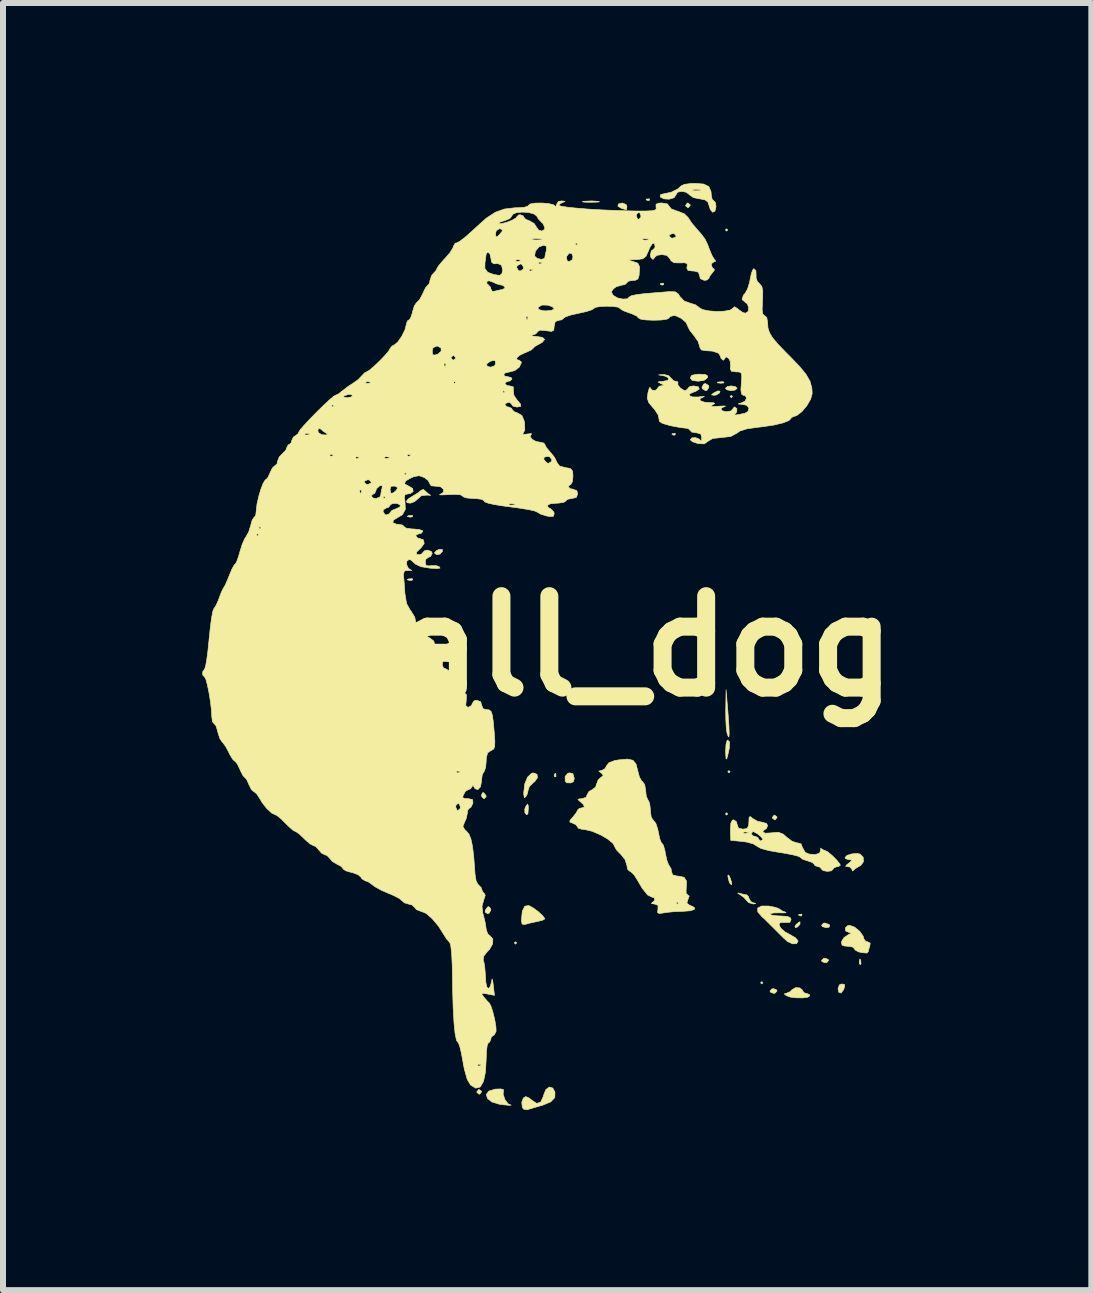
<source format=kicad_pcb>
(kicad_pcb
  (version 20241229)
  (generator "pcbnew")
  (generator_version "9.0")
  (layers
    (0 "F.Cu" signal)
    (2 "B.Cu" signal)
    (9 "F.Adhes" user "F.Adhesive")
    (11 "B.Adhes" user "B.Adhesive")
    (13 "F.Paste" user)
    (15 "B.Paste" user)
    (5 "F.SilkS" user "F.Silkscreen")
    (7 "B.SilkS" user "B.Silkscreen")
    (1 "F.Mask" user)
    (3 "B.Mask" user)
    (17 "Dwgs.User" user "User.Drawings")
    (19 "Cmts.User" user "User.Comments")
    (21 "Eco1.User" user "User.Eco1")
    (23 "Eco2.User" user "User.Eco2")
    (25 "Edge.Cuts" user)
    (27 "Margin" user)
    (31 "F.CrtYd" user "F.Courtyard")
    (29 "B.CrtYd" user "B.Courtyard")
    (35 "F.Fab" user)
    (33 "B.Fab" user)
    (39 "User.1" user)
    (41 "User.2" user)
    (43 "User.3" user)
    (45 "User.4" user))
  (footprint "small_dog"
    (layer "F.Cu")
    (at 6.067 7.718)
    (property "Reference" "small_dog" (at 0 0 0) (layer "F.SilkS") (effects (font (size 1.524 1.524) (thickness 0.3))))
    (attr through_hole)
    (fp_poly (pts (xy -0.508 4.943) (xy -0.528 4.963) (xy -0.547 4.943) (xy -0.528 4.924) (xy -0.508 4.943)) (stroke (width 0.01) (type solid)) (fill yes) (layer "F.SilkS"))
    (fp_poly (pts (xy 3.009 -6.936) (xy 2.989 -6.917) (xy 2.97 -6.936) (xy 2.989 -6.956) (xy 3.009 -6.936)) (stroke (width 0.01) (type solid)) (fill yes) (layer "F.SilkS"))
    (fp_poly (pts (xy 3.009 2.794) (xy 2.989 2.814) (xy 2.97 2.794) (xy 2.989 2.774) (xy 3.009 2.794)) (stroke (width 0.01) (type solid)) (fill yes) (layer "F.SilkS"))
    (fp_poly (pts (xy 3.048 2.091) (xy 3.028 2.11) (xy 3.009 2.091) (xy 3.028 2.071) (xy 3.048 2.091)) (stroke (width 0.01) (type solid)) (fill yes) (layer "F.SilkS"))
    (fp_poly (pts (xy 3.087 -4.162) (xy 3.068 -4.142) (xy 3.048 -4.162) (xy 3.068 -4.181) (xy 3.087 -4.162)) (stroke (width 0.01) (type solid)) (fill yes) (layer "F.SilkS"))
    (fp_poly (pts (xy 3.595 5.608) (xy 3.576 5.627) (xy 3.556 5.608) (xy 3.576 5.588) (xy 3.595 5.608)) (stroke (width 0.01) (type solid)) (fill yes) (layer "F.SilkS"))
    (fp_poly (pts (xy -2.238 -2.173) (xy -2.25 -2.155) (xy -2.289 -2.152) (xy -2.331 -2.162) (xy -2.313 -2.176) (xy -2.252 -2.181) (xy -2.238 -2.173)) (stroke (width 0.01) (type solid)) (fill yes) (layer "F.SilkS"))
    (fp_poly (pts (xy -2.238 -1.118) (xy -2.25 -1.1) (xy -2.289 -1.097) (xy -2.331 -1.107) (xy -2.313 -1.121) (xy -2.252 -1.126) (xy -2.238 -1.118)) (stroke (width 0.01) (type solid)) (fill yes) (layer "F.SilkS"))
    (fp_poly (pts (xy 0.143 2.123) (xy 0.148 2.17) (xy 0.143 2.175) (xy 0.12 2.17) (xy 0.117 2.149) (xy 0.132 2.117) (xy 0.143 2.123)) (stroke (width 0.01) (type solid)) (fill yes) (layer "F.SilkS"))
    (fp_poly (pts (xy 1.706 -7.451) (xy 1.701 -7.427) (xy 1.68 -7.425) (xy 1.648 -7.439) (xy 1.654 -7.451) (xy 1.701 -7.455) (xy 1.706 -7.451)) (stroke (width 0.01) (type solid)) (fill yes) (layer "F.SilkS"))
    (fp_poly (pts (xy 1.941 -6.044) (xy 1.935 -6.021) (xy 1.915 -6.018) (xy 1.883 -6.032) (xy 1.889 -6.044) (xy 1.935 -6.049) (xy 1.941 -6.044)) (stroke (width 0.01) (type solid)) (fill yes) (layer "F.SilkS"))
    (fp_poly (pts (xy 2.136 -3.543) (xy 2.131 -3.52) (xy 2.11 -3.517) (xy 2.078 -3.531) (xy 2.084 -3.543) (xy 2.13 -3.548) (xy 2.136 -3.543)) (stroke (width 0.01) (type solid)) (fill yes) (layer "F.SilkS"))
    (fp_poly (pts (xy 2.941 -4.402) (xy 2.945 -4.388) (xy 2.892 -4.383) (xy 2.836 -4.389) (xy 2.843 -4.402) (xy 2.923 -4.408) (xy 2.941 -4.402)) (stroke (width 0.01) (type solid)) (fill yes) (layer "F.SilkS"))
    (fp_poly (pts (xy 4.246 4.468) (xy 4.241 4.491) (xy 4.22 4.494) (xy 4.188 4.48) (xy 4.194 4.468) (xy 4.241 4.463) (xy 4.246 4.468)) (stroke (width 0.01) (type solid)) (fill yes) (layer "F.SilkS"))
    (fp_poly (pts (xy 5.224 5.229) (xy 5.229 5.29) (xy 5.221 5.304) (xy 5.203 5.292) (xy 5.2 5.253) (xy 5.21 5.211) (xy 5.224 5.229)) (stroke (width 0.01) (type solid)) (fill yes) (layer "F.SilkS"))
    (fp_poly (pts (xy 4.212 4.632) (xy 4.173 4.676) (xy 4.138 4.689) (xy 4.128 4.667) (xy 4.15 4.635) (xy 4.198 4.595) (xy 4.214 4.593) (xy 4.212 4.632)) (stroke (width 0.01) (type solid)) (fill yes) (layer "F.SilkS"))
    (fp_poly (pts (xy -1.746 -1.578) (xy -1.787 -1.536) (xy -1.842 -1.525) (xy -1.875 -1.551) (xy -1.876 -1.559) (xy -1.843 -1.595) (xy -1.8 -1.613) (xy -1.746 -1.613) (xy -1.746 -1.578)) (stroke (width 0.01) (type solid)) (fill yes) (layer "F.SilkS"))
    (fp_poly (pts (xy -1.095 7.415) (xy -1.094 7.425) (xy -1.124 7.463) (xy -1.133 7.464) (xy -1.171 7.434) (xy -1.172 7.425) (xy -1.143 7.387) (xy -1.133 7.386) (xy -1.095 7.415)) (stroke (width 0.01) (type solid)) (fill yes) (layer "F.SilkS"))
    (fp_poly (pts (xy -1.055 2.442) (xy -1.017 2.492) (xy -1.016 2.503) (xy -1.046 2.539) (xy -1.055 2.54) (xy -1.089 2.508) (xy -1.094 2.479) (xy -1.075 2.439) (xy -1.055 2.442)) (stroke (width 0.01) (type solid)) (fill yes) (layer "F.SilkS"))
    (fp_poly (pts (xy -0.942 4.369) (xy -0.938 4.396) (xy -0.968 4.448) (xy -0.995 4.455) (xy -1.035 4.429) (xy -1.03 4.396) (xy -0.992 4.344) (xy -0.973 4.338) (xy -0.942 4.369)) (stroke (width 0.01) (type solid)) (fill yes) (layer "F.SilkS"))
    (fp_poly (pts (xy -0.315 2.657) (xy -0.314 2.706) (xy -0.321 2.794) (xy -0.345 2.807) (xy -0.371 2.775) (xy -0.373 2.713) (xy -0.355 2.667) (xy -0.327 2.629) (xy -0.315 2.657)) (stroke (width 0.01) (type solid)) (fill yes) (layer "F.SilkS"))
    (fp_poly (pts (xy 2.383 -7.356) (xy 2.384 -7.346) (xy 2.354 -7.309) (xy 2.345 -7.307) (xy 2.307 -7.337) (xy 2.306 -7.346) (xy 2.335 -7.384) (xy 2.345 -7.386) (xy 2.383 -7.356)) (stroke (width 0.01) (type solid)) (fill yes) (layer "F.SilkS"))
    (fp_poly (pts (xy 2.689 -4.345) (xy 2.696 -4.318) (xy 2.665 -4.266) (xy 2.638 -4.259) (xy 2.586 -4.291) (xy 2.579 -4.318) (xy 2.61 -4.37) (xy 2.638 -4.377) (xy 2.689 -4.345)) (stroke (width 0.01) (type solid)) (fill yes) (layer "F.SilkS"))
    (fp_poly (pts (xy 2.88 -4.249) (xy 2.872 -4.22) (xy 2.816 -4.186) (xy 2.782 -4.182) (xy 2.738 -4.188) (xy 2.767 -4.215) (xy 2.774 -4.22) (xy 2.846 -4.255) (xy 2.88 -4.249)) (stroke (width 0.01) (type solid)) (fill yes) (layer "F.SilkS"))
    (fp_poly (pts (xy 3.051 3.865) (xy 3.074 3.94) (xy 3.073 3.974) (xy 3.049 3.957) (xy 3.033 3.926) (xy 3.013 3.844) (xy 3.011 3.817) (xy 3.025 3.813) (xy 3.051 3.865)) (stroke (width 0.01) (type solid)) (fill yes) (layer "F.SilkS"))
    (fp_poly (pts (xy 3.141 -4.324) (xy 3.165 -4.298) (xy 3.132 -4.269) (xy 3.068 -4.259) (xy 2.994 -4.273) (xy 2.97 -4.298) (xy 3.003 -4.328) (xy 3.068 -4.338) (xy 3.141 -4.324)) (stroke (width 0.01) (type solid)) (fill yes) (layer "F.SilkS"))
    (fp_poly (pts (xy 3.823 5.726) (xy 3.83 5.744) (xy 3.798 5.779) (xy 3.771 5.783) (xy 3.719 5.762) (xy 3.712 5.744) (xy 3.744 5.71) (xy 3.771 5.705) (xy 3.823 5.726)) (stroke (width 0.01) (type solid)) (fill yes) (layer "F.SilkS"))
    (fp_poly (pts (xy 3.828 2.843) (xy 3.83 2.853) (xy 3.8 2.891) (xy 3.79 2.892) (xy 3.753 2.862) (xy 3.751 2.853) (xy 3.781 2.815) (xy 3.79 2.814) (xy 3.828 2.843)) (stroke (width 0.01) (type solid)) (fill yes) (layer "F.SilkS"))
    (fp_poly (pts (xy 4.683 5.218) (xy 4.689 5.236) (xy 4.658 5.271) (xy 4.631 5.275) (xy 4.579 5.254) (xy 4.572 5.236) (xy 4.604 5.202) (xy 4.631 5.197) (xy 4.683 5.218)) (stroke (width 0.01) (type solid)) (fill yes) (layer "F.SilkS"))
    (fp_poly (pts (xy 4.695 4.635) (xy 4.709 4.65) (xy 4.697 4.681) (xy 4.652 4.689) (xy 4.588 4.673) (xy 4.572 4.65) (xy 4.603 4.615) (xy 4.628 4.611) (xy 4.695 4.635)) (stroke (width 0.01) (type solid)) (fill yes) (layer "F.SilkS"))
    (fp_poly (pts (xy 4.954 5.634) (xy 4.956 5.673) (xy 4.939 5.722) (xy 4.897 5.778) (xy 4.858 5.765) (xy 4.846 5.705) (xy 4.87 5.642) (xy 4.904 5.627) (xy 4.954 5.634)) (stroke (width 0.01) (type solid)) (fill yes) (layer "F.SilkS"))
    (fp_poly (pts (xy 0.851 -7.413) (xy 0.872 -7.405) (xy 0.826 -7.4) (xy 0.723 -7.398) (xy 0.623 -7.4) (xy 0.584 -7.406) (xy 0.615 -7.414) (xy 0.616 -7.414) (xy 0.744 -7.42) (xy 0.851 -7.413)) (stroke (width 0.01) (type solid)) (fill yes) (layer "F.SilkS"))
    (fp_poly (pts (xy 1.314 -7.361) (xy 1.329 -7.327) (xy 1.323 -7.277) (xy 1.319 -7.273) (xy 1.278 -7.285) (xy 1.241 -7.295) (xy 1.179 -7.331) (xy 1.186 -7.369) (xy 1.25 -7.386) (xy 1.314 -7.361)) (stroke (width 0.01) (type solid)) (fill yes) (layer "F.SilkS"))
    (fp_poly (pts (xy 3.039 1.595) (xy 3.036 1.692) (xy 3.009 1.817) (xy 2.991 1.878) (xy 2.981 1.878) (xy 2.976 1.809) (xy 2.974 1.749) (xy 2.979 1.641) (xy 2.996 1.574) (xy 3.009 1.563) (xy 3.039 1.595)) (stroke (width 0.01) (type solid)) (fill yes) (layer "F.SilkS"))
    (fp_poly (pts (xy 0.424 2.12) (xy 0.43 2.126) (xy 0.442 2.173) (xy 0.452 2.2) (xy 0.439 2.255) (xy 0.396 2.277) (xy 0.326 2.275) (xy 0.301 2.252) (xy 0.299 2.17) (xy 0.345 2.116) (xy 0.374 2.11) (xy 0.424 2.12)) (stroke (width 0.01) (type solid)) (fill yes) (layer "F.SilkS"))
    (fp_poly (pts (xy 2.638 -4.527) (xy 2.675 -4.503) (xy 2.671 -4.474) (xy 2.615 -4.43) (xy 2.516 -4.416) (xy 2.417 -4.429) (xy 2.384 -4.472) (xy 2.384 -4.474) (xy 2.41 -4.515) (xy 2.496 -4.532) (xy 2.539 -4.533) (xy 2.638 -4.527)) (stroke (width 0.01) (type solid)) (fill yes) (layer "F.SilkS"))
    (fp_poly (pts (xy 3.013 1.112) (xy 3.028 1.321) (xy 3.033 1.454) (xy 3.028 1.512) (xy 3.013 1.496) (xy 2.995 1.438) (xy 2.984 1.357) (xy 2.977 1.224) (xy 2.975 1.065) (xy 2.976 1.036) (xy 2.981 0.723) (xy 3.013 1.112)) (stroke (width 0.01) (type solid)) (fill yes) (layer "F.SilkS"))
    (fp_poly (pts (xy -0.169 2.134) (xy -0.162 2.191) (xy -0.208 2.256) (xy -0.234 2.276) (xy -0.296 2.337) (xy -0.313 2.383) (xy -0.334 2.467) (xy -0.352 2.501) (xy -0.378 2.524) (xy -0.389 2.48) (xy -0.39 2.434) (xy -0.373 2.292) (xy -0.326 2.18) (xy -0.26 2.117) (xy -0.228 2.11) (xy -0.169 2.134)) (stroke (width 0.01) (type solid)) (fill yes) (layer "F.SilkS"))
    (fp_poly (pts (xy -0.237 4.357) (xy -0.152 4.419) (xy -0.078 4.487) (xy -0.04 4.537) (xy -0.039 4.543) (xy -0.073 4.563) (xy -0.157 4.585) (xy -0.179 4.589) (xy -0.288 4.613) (xy -0.369 4.635) (xy -0.374 4.637) (xy -0.418 4.629) (xy -0.429 4.566) (xy -0.414 4.414) (xy -0.373 4.331) (xy -0.307 4.32) (xy -0.237 4.357)) (stroke (width 0.01) (type solid)) (fill yes) (layer "F.SilkS"))
    (fp_poly (pts (xy 3.217 4.12) (xy 3.296 4.139) (xy 3.325 4.142) (xy 3.357 4.174) (xy 3.361 4.198) (xy 3.393 4.254) (xy 3.429 4.272) (xy 3.475 4.286) (xy 3.447 4.293) (xy 3.431 4.294) (xy 3.356 4.271) (xy 3.333 4.246) (xy 3.276 4.184) (xy 3.224 4.146) (xy 3.175 4.113) (xy 3.193 4.112) (xy 3.217 4.12)) (stroke (width 0.01) (type solid)) (fill yes) (layer "F.SilkS"))
    (fp_poly (pts (xy -2.042 -2.595) (xy -1.981 -2.541) (xy -1.954 -2.526) (xy -1.942 -2.513) (xy -1.995 -2.519) (xy -2.097 -2.509) (xy -2.15 -2.461) (xy -2.21 -2.409) (xy -2.281 -2.384) (xy -2.334 -2.392) (xy -2.345 -2.416) (xy -2.314 -2.455) (xy -2.239 -2.503) (xy -2.237 -2.504) (xy -2.151 -2.556) (xy -2.1 -2.599) (xy -2.06 -2.613) (xy -2.042 -2.595)) (stroke (width 0.01) (type solid)) (fill yes) (layer "F.SilkS"))
    (fp_poly (pts (xy -0.728 7.387) (xy -0.727 7.393) (xy -0.734 7.464) (xy -0.704 7.553) (xy -0.654 7.621) (xy -0.631 7.633) (xy -0.6 7.646) (xy -0.632 7.649) (xy -0.716 7.641) (xy -0.797 7.631) (xy -0.922 7.593) (xy -0.995 7.534) (xy -1.014 7.468) (xy -0.973 7.412) (xy -0.869 7.38) (xy -0.863 7.379) (xy -0.771 7.376) (xy -0.728 7.387)) (stroke (width 0.01) (type solid)) (fill yes) (layer "F.SilkS"))
    (fp_poly (pts (xy 4.21 5.693) (xy 4.256 5.731) (xy 4.259 5.748) (xy 4.291 5.779) (xy 4.318 5.783) (xy 4.37 5.804) (xy 4.377 5.822) (xy 4.343 5.847) (xy 4.259 5.859) (xy 4.153 5.858) (xy 4.052 5.846) (xy 3.986 5.822) (xy 3.95 5.792) (xy 3.982 5.784) (xy 4.049 5.755) (xy 4.08 5.723) (xy 4.139 5.688) (xy 4.21 5.693)) (stroke (width 0.01) (type solid)) (fill yes) (layer "F.SilkS"))
    (fp_poly (pts (xy 0.094 7.362) (xy 0.13 7.43) (xy 0.127 7.52) (xy 0.06 7.591) (xy -0.077 7.648) (xy -0.114 7.658) (xy -0.229 7.691) (xy -0.317 7.718) (xy -0.334 7.724) (xy -0.393 7.712) (xy -0.414 7.683) (xy -0.423 7.599) (xy -0.397 7.528) (xy -0.356 7.503) (xy -0.3 7.528) (xy -0.26 7.561) (xy -0.175 7.617) (xy -0.108 7.597) (xy -0.065 7.503) (xy -0.061 7.483) (xy -0.022 7.387) (xy 0.036 7.344) (xy 0.094 7.362)) (stroke (width 0.01) (type solid)) (fill yes) (layer "F.SilkS"))
    (fp_poly (pts (xy 5.214 3.463) (xy 5.266 3.516) (xy 5.269 3.592) (xy 5.224 3.654) (xy 5.207 3.662) (xy 5.133 3.705) (xy 5.11 3.729) (xy 5.085 3.746) (xy 5.081 3.722) (xy 5.048 3.68) (xy 5.014 3.673) (xy 4.973 3.667) (xy 4.994 3.639) (xy 5.024 3.616) (xy 5.074 3.573) (xy 5.061 3.559) (xy 5.031 3.557) (xy 4.973 3.54) (xy 4.963 3.521) (xy 4.996 3.485) (xy 5.075 3.46) (xy 5.164 3.453) (xy 5.214 3.463)) (stroke (width 0.01) (type solid)) (fill yes) (layer "F.SilkS"))
    (fp_poly (pts (xy 5.122 4.68) (xy 5.207 4.749) (xy 5.266 4.832) (xy 5.275 4.872) (xy 5.307 4.917) (xy 5.338 4.924) (xy 5.382 4.947) (xy 5.377 4.986) (xy 5.356 5.06) (xy 5.354 5.083) (xy 5.328 5.112) (xy 5.244 5.105) (xy 5.187 5.092) (xy 5.13 5.06) (xy 5.119 5.038) (xy 5.086 5.01) (xy 5.028 5.002) (xy 4.947 4.993) (xy 4.913 4.978) (xy 4.903 4.923) (xy 4.945 4.855) (xy 5.017 4.806) (xy 5.069 4.78) (xy 5.049 4.771) (xy 5.031 4.77) (xy 4.974 4.744) (xy 4.967 4.694) (xy 5.008 4.655) (xy 5.039 4.65) (xy 5.122 4.68)) (stroke (width 0.01) (type solid)) (fill yes) (layer "F.SilkS"))
    (fp_poly (pts (xy 3.686 4.328) (xy 3.792 4.348) (xy 3.86 4.371) (xy 3.869 4.378) (xy 3.919 4.411) (xy 3.966 4.429) (xy 3.98 4.44) (xy 3.928 4.444) (xy 3.878 4.442) (xy 3.777 4.443) (xy 3.718 4.456) (xy 3.712 4.464) (xy 3.747 4.482) (xy 3.836 4.492) (xy 3.888 4.494) (xy 4.002 4.501) (xy 4.054 4.525) (xy 4.064 4.557) (xy 4.042 4.602) (xy 3.967 4.602) (xy 3.966 4.602) (xy 3.886 4.602) (xy 3.863 4.637) (xy 3.889 4.694) (xy 3.961 4.758) (xy 4.054 4.809) (xy 4.139 4.859) (xy 4.18 4.908) (xy 4.181 4.914) (xy 4.154 4.957) (xy 4.088 4.958) (xy 4.005 4.92) (xy 3.937 4.859) (xy 3.612 4.535) (xy 3.585 4.514) (xy 3.51 4.428) (xy 3.507 4.363) (xy 3.572 4.328) (xy 3.686 4.328)) (stroke (width 0.01) (type solid)) (fill yes) (layer "F.SilkS"))
    (fp_poly (pts (xy 2.609 -7.701) (xy 2.694 -7.659) (xy 2.73 -7.576) (xy 2.735 -7.513) (xy 2.75 -7.444) (xy 2.774 -7.425) (xy 2.804 -7.391) (xy 2.814 -7.327) (xy 2.796 -7.251) (xy 2.757 -7.231) (xy 2.719 -7.276) (xy 2.715 -7.288) (xy 2.687 -7.376) (xy 2.68 -7.399) (xy 2.634 -7.436) (xy 2.544 -7.455) (xy 2.537 -7.455) (xy 2.436 -7.476) (xy 2.375 -7.52) (xy 2.32 -7.564) (xy 2.243 -7.58) (xy 2.175 -7.566) (xy 2.149 -7.527) (xy 2.116 -7.474) (xy 2.031 -7.449) (xy 1.944 -7.455) (xy 1.883 -7.487) (xy 1.889 -7.525) (xy 1.956 -7.542) (xy 2.065 -7.564) (xy 2.13 -7.596) (xy 2.417 -7.596) (xy 2.469 -7.589) (xy 2.481 -7.589) (xy 2.548 -7.593) (xy 2.554 -7.605) (xy 2.551 -7.607) (xy 2.473 -7.614) (xy 2.433 -7.608) (xy 2.417 -7.596) (xy 2.13 -7.596) (xy 2.173 -7.617) (xy 2.234 -7.672) (xy 2.286 -7.696) (xy 2.388 -7.71) (xy 2.462 -7.713) (xy 2.609 -7.701)) (stroke (width 0.01) (type solid)) (fill yes) (layer "F.SilkS"))
    (fp_poly (pts (xy 3.422 2.869) (xy 3.509 2.918) (xy 3.578 2.931) (xy 3.655 2.952) (xy 3.673 2.989) (xy 3.652 3.041) (xy 3.634 3.048) (xy 3.597 3.078) (xy 3.595 3.091) (xy 3.63 3.115) (xy 3.733 3.11) (xy 3.744 3.108) (xy 3.855 3.1) (xy 3.934 3.131) (xy 3.995 3.185) (xy 4.081 3.25) (xy 4.159 3.276) (xy 4.169 3.275) (xy 4.231 3.293) (xy 4.252 3.351) (xy 4.3 3.434) (xy 4.36 3.462) (xy 4.468 3.472) (xy 4.54 3.446) (xy 4.558 3.391) (xy 4.556 3.363) (xy 4.562 3.37) (xy 4.611 3.399) (xy 4.624 3.4) (xy 4.675 3.426) (xy 4.75 3.488) (xy 4.825 3.563) (xy 4.876 3.628) (xy 4.885 3.65) (xy 4.853 3.671) (xy 4.826 3.673) (xy 4.774 3.694) (xy 4.767 3.712) (xy 4.734 3.742) (xy 4.67 3.751) (xy 4.596 3.738) (xy 4.572 3.712) (xy 4.54 3.678) (xy 4.513 3.673) (xy 4.461 3.654) (xy 4.455 3.637) (xy 4.421 3.605) (xy 4.34 3.576) (xy 4.338 3.576) (xy 4.256 3.548) (xy 4.22 3.519) (xy 4.22 3.518) (xy 4.184 3.499) (xy 4.088 3.474) (xy 3.95 3.448) (xy 3.879 3.437) (xy 3.694 3.405) (xy 3.562 3.369) (xy 3.496 3.332) (xy 3.495 3.331) (xy 3.432 3.292) (xy 3.32 3.262) (xy 3.255 3.253) (xy 3.058 3.234) (xy 3.056 3.126) (xy 3.4 3.126) (xy 3.431 3.161) (xy 3.458 3.165) (xy 3.51 3.186) (xy 3.517 3.204) (xy 3.547 3.242) (xy 3.556 3.243) (xy 3.594 3.224) (xy 3.595 3.218) (xy 3.567 3.177) (xy 3.504 3.125) (xy 3.442 3.091) (xy 3.429 3.088) (xy 3.401 3.117) (xy 3.4 3.126) (xy 3.056 3.126) (xy 3.055 3.117) (xy 3.26 3.117) (xy 3.299 3.123) (xy 3.349 3.116) (xy 3.35 3.103) (xy 3.298 3.093) (xy 3.275 3.099) (xy 3.26 3.117) (xy 3.055 3.117) (xy 3.054 3.063) (xy 3.06 2.949) (xy 3.086 2.898) (xy 3.108 2.892) (xy 3.154 2.924) (xy 3.165 2.97) (xy 3.188 3.031) (xy 3.263 3.048) (xy 3.332 3.036) (xy 3.358 2.983) (xy 3.361 2.928) (xy 3.365 2.849) (xy 3.385 2.837) (xy 3.422 2.869)) (stroke (width 0.01) (type solid)) (fill yes) (layer "F.SilkS"))
    (fp_poly (pts (xy 1.429 1.9) (xy 1.481 1.963) (xy 1.509 2.073) (xy 1.537 2.178) (xy 1.575 2.246) (xy 1.588 2.254) (xy 1.625 2.305) (xy 1.641 2.401) (xy 1.641 2.405) (xy 1.652 2.501) (xy 1.678 2.558) (xy 1.68 2.56) (xy 1.706 2.611) (xy 1.719 2.708) (xy 1.719 2.734) (xy 1.733 2.845) (xy 1.77 2.903) (xy 1.773 2.904) (xy 1.811 2.952) (xy 1.843 3.05) (xy 1.854 3.104) (xy 1.876 3.209) (xy 1.901 3.273) (xy 1.913 3.282) (xy 1.937 3.317) (xy 1.962 3.405) (xy 1.971 3.457) (xy 1.995 3.568) (xy 2.023 3.642) (xy 2.034 3.655) (xy 2.065 3.709) (xy 2.071 3.754) (xy 2.091 3.81) (xy 2.165 3.829) (xy 2.184 3.83) (xy 2.281 3.849) (xy 2.323 3.914) (xy 2.317 4.035) (xy 2.316 4.037) (xy 2.315 4.118) (xy 2.341 4.142) (xy 2.367 4.162) (xy 2.346 4.218) (xy 2.328 4.281) (xy 2.374 4.315) (xy 2.384 4.318) (xy 2.454 4.353) (xy 2.452 4.385) (xy 2.387 4.407) (xy 2.271 4.416) (xy 2.126 4.421) (xy 1.99 4.435) (xy 1.953 4.441) (xy 1.867 4.454) (xy 1.839 4.436) (xy 1.846 4.383) (xy 1.848 4.317) (xy 1.793 4.296) (xy 1.784 4.295) (xy 1.737 4.286) (xy 1.743 4.279) (xy 2.149 4.279) (xy 2.169 4.298) (xy 2.188 4.279) (xy 2.169 4.259) (xy 2.149 4.279) (xy 1.743 4.279) (xy 1.749 4.273) (xy 1.793 4.232) (xy 1.783 4.191) (xy 1.748 4.181) (xy 1.673 4.144) (xy 1.584 4.033) (xy 1.505 3.898) (xy 1.447 3.807) (xy 1.393 3.756) (xy 1.378 3.751) (xy 1.341 3.718) (xy 1.329 3.653) (xy 1.298 3.555) (xy 1.231 3.471) (xy 1.164 3.404) (xy 1.133 3.356) (xy 1.133 3.354) (xy 1.099 3.287) (xy 1.01 3.213) (xy 0.886 3.141) (xy 0.749 3.083) (xy 0.618 3.052) (xy 0.576 3.049) (xy 0.518 3.031) (xy 0.508 3.012) (xy 0.476 2.972) (xy 0.431 2.951) (xy 0.379 2.93) (xy 0.38 2.901) (xy 0.431 2.843) (xy 0.487 2.773) (xy 0.508 2.728) (xy 0.54 2.7) (xy 0.567 2.696) (xy 0.62 2.68) (xy 0.603 2.636) (xy 0.557 2.594) (xy 0.513 2.555) (xy 0.538 2.543) (xy 0.576 2.541) (xy 0.649 2.517) (xy 0.664 2.478) (xy 0.697 2.419) (xy 0.742 2.395) (xy 0.806 2.348) (xy 0.821 2.303) (xy 0.851 2.225) (xy 0.889 2.191) (xy 0.935 2.154) (xy 0.912 2.121) (xy 0.899 2.111) (xy 0.861 2.08) (xy 0.894 2.072) (xy 0.904 2.072) (xy 0.965 2.038) (xy 0.987 1.996) (xy 1.028 1.941) (xy 1.124 1.905) (xy 1.187 1.894) (xy 1.337 1.88) (xy 1.429 1.9)) (stroke (width 0.01) (type solid)) (fill yes) (layer "F.SilkS"))
    (fp_poly (pts (xy 0.297 -7.413) (xy 0.275 -7.401) (xy 0.264 -7.398) (xy 0.206 -7.367) (xy 0.195 -7.347) (xy 0.232 -7.332) (xy 0.334 -7.316) (xy 0.489 -7.3) (xy 0.683 -7.284) (xy 0.904 -7.271) (xy 1.138 -7.261) (xy 1.374 -7.254) (xy 1.475 -7.252) (xy 1.644 -7.252) (xy 1.749 -7.257) (xy 1.802 -7.269) (xy 1.818 -7.292) (xy 1.814 -7.317) (xy 1.814 -7.366) (xy 1.866 -7.384) (xy 1.912 -7.386) (xy 2.004 -7.37) (xy 2.032 -7.331) (xy 2.067 -7.288) (xy 2.155 -7.254) (xy 2.168 -7.251) (xy 2.284 -7.207) (xy 2.349 -7.143) (xy 2.41 -7.051) (xy 2.477 -6.97) (xy 2.572 -6.863) (xy 2.632 -6.781) (xy 2.674 -6.694) (xy 2.701 -6.621) (xy 2.743 -6.518) (xy 2.784 -6.448) (xy 2.794 -6.439) (xy 2.806 -6.413) (xy 2.784 -6.409) (xy 2.741 -6.377) (xy 2.735 -6.35) (xy 2.758 -6.298) (xy 2.777 -6.291) (xy 2.787 -6.269) (xy 2.758 -6.23) (xy 2.708 -6.166) (xy 2.696 -6.132) (xy 2.664 -6.103) (xy 2.618 -6.096) (xy 2.553 -6.124) (xy 2.54 -6.174) (xy 2.521 -6.232) (xy 2.45 -6.252) (xy 2.426 -6.252) (xy 2.347 -6.262) (xy 2.327 -6.3) (xy 2.332 -6.325) (xy 2.334 -6.373) (xy 2.291 -6.39) (xy 2.213 -6.387) (xy 2.112 -6.39) (xy 2.062 -6.425) (xy 2.05 -6.451) (xy 1.997 -6.512) (xy 1.912 -6.526) (xy 1.831 -6.514) (xy 1.798 -6.487) (xy 1.768 -6.449) (xy 1.758 -6.448) (xy 1.727 -6.48) (xy 1.719 -6.526) (xy 1.736 -6.589) (xy 1.758 -6.604) (xy 1.793 -6.636) (xy 1.798 -6.663) (xy 1.784 -6.717) (xy 1.751 -6.707) (xy 1.708 -6.639) (xy 1.686 -6.584) (xy 1.646 -6.497) (xy 1.593 -6.456) (xy 1.497 -6.443) (xy 1.473 -6.443) (xy 1.377 -6.438) (xy 1.355 -6.432) (xy 1.4 -6.419) (xy 1.426 -6.413) (xy 1.511 -6.382) (xy 1.539 -6.323) (xy 1.539 -6.291) (xy 1.531 -6.175) (xy 1.511 -6.118) (xy 1.469 -6.098) (xy 1.426 -6.096) (xy 1.353 -6.083) (xy 1.329 -6.057) (xy 1.296 -6.026) (xy 1.248 -6.018) (xy 1.153 -5.991) (xy 1.108 -5.959) (xy 1.069 -5.906) (xy 1.093 -5.857) (xy 1.108 -5.842) (xy 1.175 -5.803) (xy 1.261 -5.785) (xy 1.336 -5.789) (xy 1.368 -5.819) (xy 1.368 -5.819) (xy 1.403 -5.84) (xy 1.497 -5.86) (xy 1.629 -5.876) (xy 1.631 -5.876) (xy 1.791 -5.889) (xy 1.941 -5.901) (xy 2.032 -5.909) (xy 2.133 -5.906) (xy 2.188 -5.868) (xy 2.207 -5.832) (xy 2.282 -5.753) (xy 2.374 -5.72) (xy 2.471 -5.689) (xy 2.53 -5.646) (xy 2.532 -5.644) (xy 2.588 -5.61) (xy 2.694 -5.588) (xy 2.824 -5.578) (xy 2.951 -5.583) (xy 3.048 -5.601) (xy 3.086 -5.625) (xy 3.121 -5.657) (xy 3.169 -5.628) (xy 3.184 -5.614) (xy 3.258 -5.562) (xy 3.305 -5.549) (xy 3.349 -5.578) (xy 3.358 -5.642) (xy 3.334 -5.706) (xy 3.302 -5.73) (xy 3.248 -5.777) (xy 3.268 -5.847) (xy 3.3 -5.884) (xy 3.34 -5.956) (xy 3.374 -6.07) (xy 3.382 -6.116) (xy 3.405 -6.221) (xy 3.432 -6.283) (xy 3.443 -6.291) (xy 3.478 -6.257) (xy 3.482 -6.162) (xy 3.48 -6.141) (xy 3.502 -6.078) (xy 3.539 -6.04) (xy 3.576 -5.997) (xy 3.592 -5.924) (xy 3.591 -5.801) (xy 3.588 -5.751) (xy 3.582 -5.611) (xy 3.592 -5.535) (xy 3.619 -5.51) (xy 3.622 -5.51) (xy 3.66 -5.475) (xy 3.673 -5.39) (xy 3.679 -5.304) (xy 3.704 -5.226) (xy 3.755 -5.141) (xy 3.843 -5.036) (xy 3.976 -4.898) (xy 4.046 -4.828) (xy 4.206 -4.662) (xy 4.314 -4.53) (xy 4.379 -4.416) (xy 4.41 -4.305) (xy 4.416 -4.212) (xy 4.39 -4.116) (xy 4.326 -4.007) (xy 4.242 -3.908) (xy 4.157 -3.843) (xy 4.113 -3.83) (xy 4.067 -3.81) (xy 4.064 -3.798) (xy 4.027 -3.76) (xy 3.926 -3.721) (xy 3.774 -3.685) (xy 3.585 -3.657) (xy 3.521 -3.65) (xy 3.333 -3.624) (xy 3.211 -3.586) (xy 3.16 -3.55) (xy 3.059 -3.495) (xy 2.906 -3.478) (xy 2.758 -3.462) (xy 2.678 -3.415) (xy 2.618 -3.372) (xy 2.519 -3.376) (xy 2.508 -3.379) (xy 2.423 -3.407) (xy 2.384 -3.439) (xy 2.384 -3.442) (xy 2.413 -3.473) (xy 2.476 -3.475) (xy 2.536 -3.451) (xy 2.553 -3.429) (xy 2.569 -3.422) (xy 2.576 -3.468) (xy 2.561 -3.535) (xy 2.494 -3.556) (xy 2.481 -3.556) (xy 2.408 -3.569) (xy 2.384 -3.595) (xy 2.351 -3.627) (xy 2.309 -3.634) (xy 2.227 -3.643) (xy 2.106 -3.665) (xy 2.04 -3.679) (xy 1.922 -3.713) (xy 1.868 -3.748) (xy 1.864 -3.788) (xy 1.849 -3.854) (xy 1.792 -3.943) (xy 1.765 -3.973) (xy 1.692 -4.06) (xy 1.668 -4.134) (xy 1.68 -4.226) (xy 1.701 -4.299) (xy 1.714 -4.315) (xy 1.715 -4.308) (xy 1.745 -4.269) (xy 1.799 -4.261) (xy 1.835 -4.288) (xy 1.837 -4.298) (xy 1.869 -4.333) (xy 1.905 -4.34) (xy 1.947 -4.347) (xy 1.919 -4.366) (xy 1.895 -4.377) (xy 1.849 -4.401) (xy 1.87 -4.41) (xy 1.925 -4.413) (xy 2.009 -4.43) (xy 2.028 -4.464) (xy 1.976 -4.497) (xy 1.944 -4.505) (xy 1.856 -4.522) (xy 1.945 -4.528) (xy 2.024 -4.509) (xy 2.057 -4.474) (xy 2.11 -4.422) (xy 2.14 -4.416) (xy 2.181 -4.404) (xy 2.177 -4.392) (xy 2.18 -4.35) (xy 2.224 -4.298) (xy 2.283 -4.263) (xy 2.303 -4.259) (xy 2.343 -4.287) (xy 2.345 -4.298) (xy 2.378 -4.328) (xy 2.442 -4.338) (xy 2.522 -4.322) (xy 2.533 -4.285) (xy 2.476 -4.247) (xy 2.443 -4.236) (xy 2.373 -4.206) (xy 2.37 -4.176) (xy 2.422 -4.154) (xy 2.516 -4.153) (xy 2.535 -4.155) (xy 2.608 -4.164) (xy 2.62 -4.16) (xy 2.608 -4.156) (xy 2.545 -4.124) (xy 2.552 -4.091) (xy 2.619 -4.067) (xy 2.687 -4.061) (xy 2.774 -4.057) (xy 2.792 -4.044) (xy 2.755 -4.022) (xy 2.725 -4.001) (xy 2.761 -3.994) (xy 2.853 -3.999) (xy 2.941 -4.004) (xy 2.973 -4.001) (xy 2.96 -3.996) (xy 2.898 -3.965) (xy 2.905 -3.929) (xy 2.972 -3.908) (xy 2.989 -3.908) (xy 3.063 -3.921) (xy 3.087 -3.947) (xy 3.117 -3.985) (xy 3.126 -3.986) (xy 3.161 -3.959) (xy 3.159 -3.904) (xy 3.123 -3.86) (xy 3.116 -3.858) (xy 3.114 -3.852) (xy 3.174 -3.858) (xy 3.185 -3.86) (xy 3.295 -3.882) (xy 3.347 -3.913) (xy 3.361 -3.964) (xy 3.361 -3.969) (xy 3.326 -4.014) (xy 3.253 -4.03) (xy 3.186 -4.036) (xy 3.193 -4.044) (xy 3.234 -4.053) (xy 3.297 -4.085) (xy 3.322 -4.135) (xy 3.301 -4.174) (xy 3.269 -4.181) (xy 3.238 -4.202) (xy 3.228 -4.273) (xy 3.235 -4.377) (xy 3.243 -4.492) (xy 3.235 -4.55) (xy 3.2 -4.57) (xy 3.146 -4.572) (xy 3.07 -4.582) (xy 3.051 -4.626) (xy 3.056 -4.662) (xy 3.049 -4.752) (xy 3.022 -4.8) (xy 2.978 -4.824) (xy 2.97 -4.808) (xy 2.941 -4.769) (xy 2.931 -4.767) (xy 2.895 -4.799) (xy 2.892 -4.822) (xy 2.856 -4.884) (xy 2.751 -4.918) (xy 2.654 -4.924) (xy 2.569 -4.937) (xy 2.541 -4.985) (xy 2.54 -5) (xy 2.515 -5.078) (xy 2.452 -5.17) (xy 2.442 -5.181) (xy 2.378 -5.262) (xy 2.345 -5.324) (xy 2.345 -5.331) (xy 2.312 -5.397) (xy 2.236 -5.463) (xy 2.146 -5.505) (xy 2.11 -5.51) (xy 2.046 -5.493) (xy 2.032 -5.471) (xy 1.996 -5.45) (xy 1.901 -5.436) (xy 1.778 -5.432) (xy 1.649 -5.437) (xy 1.557 -5.451) (xy 1.524 -5.469) (xy 1.49 -5.503) (xy 1.406 -5.541) (xy 1.368 -5.554) (xy 1.271 -5.59) (xy 1.216 -5.624) (xy 1.211 -5.633) (xy 1.176 -5.651) (xy 1.085 -5.663) (xy 0.996 -5.666) (xy 0.879 -5.66) (xy 0.801 -5.646) (xy 0.782 -5.632) (xy 0.746 -5.607) (xy 0.654 -5.577) (xy 0.528 -5.549) (xy 0.399 -5.52) (xy 0.307 -5.49) (xy 0.274 -5.466) (xy 0.241 -5.438) (xy 0.195 -5.432) (xy 0.134 -5.409) (xy 0.117 -5.332) (xy 0.11 -5.267) (xy 0.074 -5.246) (xy -0.013 -5.257) (xy -0.02 -5.258) (xy -0.118 -5.267) (xy -0.156 -5.245) (xy -0.156 -5.243) (xy -0.189 -5.205) (xy -0.244 -5.186) (xy -0.273 -5.174) (xy -0.227 -5.166) (xy -0.186 -5.163) (xy -0.078 -5.147) (xy -0.043 -5.111) (xy -0.083 -5.063) (xy -0.137 -5.034) (xy -0.208 -4.993) (xy -0.234 -4.964) (xy -0.267 -4.936) (xy -0.349 -4.898) (xy -0.371 -4.89) (xy -0.46 -4.847) (xy -0.507 -4.804) (xy -0.502 -4.773) (xy -0.469 -4.767) (xy -0.431 -4.737) (xy -0.43 -4.726) (xy -0.463 -4.652) (xy -0.541 -4.593) (xy -0.62 -4.572) (xy -0.696 -4.555) (xy -0.723 -4.533) (xy -0.711 -4.502) (xy -0.667 -4.494) (xy -0.602 -4.478) (xy -0.586 -4.455) (xy -0.618 -4.42) (xy -0.645 -4.416) (xy -0.697 -4.395) (xy -0.703 -4.377) (xy -0.671 -4.345) (xy -0.623 -4.338) (xy -0.564 -4.321) (xy -0.564 -4.267) (xy -0.555 -4.183) (xy -0.508 -4.112) (xy -0.444 -4.035) (xy -0.44 -3.997) (xy -0.495 -3.986) (xy -0.508 -3.986) (xy -0.571 -4.002) (xy -0.586 -4.025) (xy -0.618 -4.06) (xy -0.645 -4.064) (xy -0.697 -4.043) (xy -0.703 -4.025) (xy -0.672 -3.99) (xy -0.645 -3.986) (xy -0.593 -3.965) (xy -0.586 -3.948) (xy -0.553 -3.91) (xy -0.493 -3.886) (xy -0.422 -3.846) (xy -0.384 -3.757) (xy -0.377 -3.721) (xy -0.373 -3.602) (xy -0.402 -3.547) (xy -0.404 -3.53) (xy -0.343 -3.534) (xy -0.332 -3.536) (xy -0.266 -3.544) (xy -0.259 -3.536) (xy -0.263 -3.534) (xy -0.285 -3.497) (xy -0.253 -3.45) (xy -0.186 -3.412) (xy -0.12 -3.4) (xy -0.055 -3.385) (xy -0.039 -3.362) (xy -0.014 -3.312) (xy 0.048 -3.238) (xy 0.055 -3.231) (xy 0.124 -3.145) (xy 0.162 -3.065) (xy 0.162 -3.064) (xy 0.207 -3.002) (xy 0.303 -2.977) (xy 0.389 -2.961) (xy 0.424 -2.917) (xy 0.43 -2.831) (xy 0.42 -2.741) (xy 0.395 -2.697) (xy 0.391 -2.696) (xy 0.353 -2.667) (xy 0.352 -2.657) (xy 0.384 -2.625) (xy 0.43 -2.618) (xy 0.495 -2.591) (xy 0.508 -2.54) (xy 0.485 -2.479) (xy 0.41 -2.462) (xy 0.337 -2.448) (xy 0.313 -2.423) (xy 0.278 -2.398) (xy 0.191 -2.385) (xy 0.156 -2.384) (xy 0.05 -2.373) (xy 0.002 -2.346) (xy 0.019 -2.311) (xy 0.059 -2.291) (xy 0.111 -2.238) (xy 0.117 -2.206) (xy 0.102 -2.165) (xy 0.044 -2.161) (xy -0.01 -2.171) (xy -0.103 -2.199) (xy -0.157 -2.23) (xy -0.159 -2.232) (xy -0.205 -2.253) (xy -0.309 -2.277) (xy -0.451 -2.3) (xy -0.491 -2.306) (xy -0.72 -2.336) (xy -0.848 -2.356) (xy -0.64 -2.356) (xy -0.586 -2.351) (xy -0.531 -2.357) (xy -0.537 -2.37) (xy -0.617 -2.376) (xy -0.635 -2.37) (xy -0.64 -2.356) (xy -0.848 -2.356) (xy -0.881 -2.361) (xy -0.984 -2.384) (xy -1.039 -2.405) (xy -1.055 -2.427) (xy -1.09 -2.448) (xy -1.178 -2.46) (xy -1.231 -2.462) (xy -1.336 -2.47) (xy -1.399 -2.49) (xy -1.407 -2.502) (xy -1.443 -2.523) (xy -1.543 -2.53) (xy -1.631 -2.527) (xy -1.738 -2.522) (xy -1.792 -2.523) (xy -1.786 -2.529) (xy -1.728 -2.566) (xy -1.728 -2.616) (xy -1.776 -2.657) (xy -1.848 -2.666) (xy -1.932 -2.673) (xy -1.954 -2.708) (xy -1.985 -2.764) (xy -2.048 -2.812) (xy -2.132 -2.842) (xy -2.218 -2.827) (xy -2.263 -2.809) (xy -2.358 -2.754) (xy -2.377 -2.708) (xy -2.32 -2.673) (xy -2.306 -2.669) (xy -2.241 -2.629) (xy -2.233 -2.577) (xy -2.283 -2.543) (xy -2.31 -2.54) (xy -2.367 -2.529) (xy -2.379 -2.481) (xy -2.37 -2.423) (xy -2.363 -2.283) (xy -2.412 -2.191) (xy -2.487 -2.147) (xy -2.563 -2.101) (xy -2.571 -2.058) (xy -2.509 -2.033) (xy -2.481 -2.032) (xy -2.408 -2.019) (xy -2.384 -1.993) (xy -2.349 -1.968) (xy -2.262 -1.955) (xy -2.227 -1.954) (xy -2.13 -1.945) (xy -2.075 -1.924) (xy -2.071 -1.915) (xy -2.103 -1.88) (xy -2.13 -1.876) (xy -2.182 -1.855) (xy -2.188 -1.837) (xy -2.157 -1.802) (xy -2.132 -1.798) (xy -2.062 -1.773) (xy -2.049 -1.714) (xy -2.099 -1.643) (xy -2.104 -1.638) (xy -2.175 -1.57) (xy -2.177 -1.533) (xy -2.13 -1.524) (xy -2.078 -1.545) (xy -2.071 -1.563) (xy -2.038 -1.595) (xy -1.993 -1.602) (xy -1.929 -1.578) (xy -1.915 -1.544) (xy -1.946 -1.492) (xy -1.973 -1.485) (xy -2.021 -1.452) (xy -2.032 -1.403) (xy -2.017 -1.343) (xy -1.959 -1.339) (xy -1.944 -1.342) (xy -1.849 -1.344) (xy -1.797 -1.324) (xy -1.785 -1.302) (xy -1.838 -1.295) (xy -1.951 -1.301) (xy -2.105 -1.326) (xy -2.197 -1.37) (xy -2.209 -1.382) (xy -2.267 -1.435) (xy -2.3 -1.446) (xy -2.339 -1.418) (xy -2.341 -1.358) (xy -2.312 -1.298) (xy -2.276 -1.275) (xy -2.255 -1.263) (xy -2.305 -1.263) (xy -2.306 -1.263) (xy -2.377 -1.256) (xy -2.395 -1.205) (xy -2.393 -1.172) (xy -2.384 -1.075) (xy -2.374 -0.941) (xy -2.37 -0.876) (xy -2.343 -0.713) (xy -2.284 -0.605) (xy -2.273 -0.593) (xy -2.207 -0.486) (xy -2.188 -0.393) (xy -2.167 -0.295) (xy -2.11 -0.254) (xy -2.047 -0.22) (xy -2.032 -0.195) (xy -2 -0.158) (xy -1.954 -0.137) (xy -1.89 -0.087) (xy -1.876 -0.041) (xy -1.842 0.025) (xy -1.793 0.052) (xy -1.739 0.077) (xy -1.725 0.129) (xy -1.736 0.216) (xy -1.748 0.312) (xy -1.729 0.359) (xy -1.683 0.379) (xy -1.624 0.416) (xy -1.603 0.499) (xy -1.602 0.532) (xy -1.592 0.621) (xy -1.567 0.664) (xy -1.563 0.664) (xy -1.525 0.635) (xy -1.524 0.625) (xy -1.494 0.587) (xy -1.485 0.586) (xy -1.453 0.619) (xy -1.446 0.666) (xy -1.419 0.741) (xy -1.385 0.768) (xy -1.344 0.811) (xy -1.349 0.902) (xy -1.349 0.904) (xy -1.357 0.986) (xy -1.327 1.015) (xy -1.312 1.016) (xy -1.258 0.986) (xy -1.25 0.957) (xy -1.218 0.91) (xy -1.172 0.899) (xy -1.107 0.926) (xy -1.094 0.977) (xy -1.067 1.042) (xy -1.015 1.055) (xy -0.968 1.06) (xy -0.936 1.084) (xy -0.915 1.142) (xy -0.899 1.248) (xy -0.884 1.416) (xy -0.882 1.433) (xy -0.872 1.58) (xy -0.874 1.667) (xy -0.891 1.713) (xy -0.927 1.735) (xy -0.938 1.739) (xy -0.992 1.776) (xy -1.014 1.857) (xy -1.016 1.915) (xy -1.025 2.018) (xy -1.048 2.084) (xy -1.055 2.091) (xy -1.082 2.143) (xy -1.094 2.237) (xy -1.094 2.249) (xy -1.111 2.341) (xy -1.152 2.387) (xy -1.2 2.375) (xy -1.225 2.335) (xy -1.242 2.306) (xy -1.247 2.335) (xy -1.282 2.379) (xy -1.305 2.384) (xy -1.361 2.416) (xy -1.401 2.488) (xy -1.407 2.524) (xy -1.373 2.536) (xy -1.313 2.54) (xy -1.245 2.553) (xy -1.236 2.604) (xy -1.239 2.618) (xy -1.27 2.682) (xy -1.294 2.696) (xy -1.322 2.729) (xy -1.329 2.775) (xy -1.349 2.872) (xy -1.377 2.934) (xy -1.404 3.001) (xy -1.374 3.055) (xy -1.344 3.082) (xy -1.303 3.131) (xy -1.271 3.209) (xy -1.245 3.329) (xy -1.224 3.501) (xy -1.206 3.737) (xy -1.201 3.807) (xy -1.184 3.908) (xy -1.153 3.97) (xy -1.143 3.976) (xy -1.098 4.024) (xy -1.094 4.044) (xy -1.068 4.102) (xy -1.052 4.111) (xy -1.032 4.149) (xy -1.058 4.231) (xy -1.086 4.332) (xy -1.073 4.446) (xy -1.061 4.488) (xy -1.032 4.607) (xy -1.017 4.705) (xy -1.016 4.719) (xy -0.99 4.794) (xy -0.957 4.821) (xy -0.906 4.874) (xy -0.908 4.959) (xy -0.961 5.052) (xy -0.994 5.085) (xy -1.056 5.162) (xy -1.066 5.226) (xy -1.051 5.278) (xy -1.039 5.357) (xy -1.029 5.482) (xy -1.022 5.598) (xy -1.006 5.676) (xy -0.98 5.705) (xy -0.949 5.671) (xy -0.929 5.598) (xy -0.919 5.546) (xy -0.909 5.562) (xy -0.897 5.651) (xy -0.897 5.654) (xy -0.878 5.817) (xy -0.996 5.794) (xy -1.074 5.781) (xy -1.089 5.797) (xy -1.055 5.845) (xy -0.998 5.912) (xy -0.967 5.942) (xy -0.937 5.995) (xy -0.904 6.097) (xy -0.874 6.22) (xy -0.854 6.336) (xy -0.851 6.415) (xy -0.852 6.418) (xy -0.881 6.476) (xy -0.902 6.487) (xy -0.934 6.518) (xy -0.938 6.545) (xy -0.959 6.597) (xy -0.977 6.604) (xy -0.997 6.64) (xy -1.011 6.737) (xy -1.016 6.875) (xy -1.028 7.096) (xy -1.062 7.254) (xy -1.116 7.344) (xy -1.19 7.363) (xy -1.277 7.31) (xy -1.332 7.217) (xy -1.38 7.047) (xy -1.395 6.969) (xy -1.159 6.969) (xy -1.154 6.992) (xy -1.133 6.995) (xy -1.101 6.98) (xy -1.107 6.969) (xy -1.154 6.964) (xy -1.159 6.969) (xy -1.395 6.969) (xy -1.403 6.923) (xy -1.43 6.777) (xy -1.457 6.666) (xy -1.479 6.608) (xy -1.485 6.604) (xy -1.511 6.566) (xy -1.534 6.455) (xy -1.552 6.276) (xy -1.566 6.034) (xy -1.575 5.735) (xy -1.577 5.577) (xy -1.582 5.311) (xy -1.592 5.112) (xy -1.607 4.985) (xy -1.625 4.932) (xy -1.626 4.932) (xy -1.676 4.878) (xy -1.717 4.813) (xy -1.809 4.666) (xy -1.915 4.54) (xy -2.018 4.451) (xy -2.103 4.416) (xy -2.106 4.416) (xy -2.179 4.388) (xy -2.202 4.357) (xy -2.256 4.308) (xy -2.302 4.298) (xy -2.382 4.274) (xy -2.411 4.246) (xy -2.463 4.203) (xy -2.564 4.151) (xy -2.638 4.12) (xy -2.765 4.065) (xy -2.872 4.005) (xy -2.909 3.977) (xy -2.983 3.924) (xy -3.032 3.908) (xy -3.086 3.876) (xy -3.1 3.851) (xy -3.15 3.807) (xy -3.244 3.772) (xy -3.261 3.769) (xy -3.352 3.743) (xy -3.398 3.713) (xy -3.4 3.707) (xy -3.432 3.668) (xy -3.498 3.634) (xy -3.581 3.585) (xy -3.62 3.537) (xy -3.669 3.485) (xy -3.697 3.478) (xy -3.758 3.448) (xy -3.8 3.4) (xy -3.855 3.338) (xy -3.894 3.322) (xy -3.948 3.295) (xy -4.026 3.229) (xy -4.051 3.204) (xy -4.128 3.131) (xy -4.186 3.09) (xy -4.196 3.087) (xy -4.241 3.061) (xy -4.316 2.994) (xy -4.36 2.95) (xy -4.441 2.87) (xy -4.503 2.82) (xy -4.521 2.812) (xy -4.589 2.78) (xy -4.674 2.701) (xy -4.693 2.677) (xy -1.524 2.677) (xy -1.503 2.729) (xy -1.485 2.735) (xy -1.45 2.704) (xy -1.446 2.677) (xy -1.467 2.625) (xy -1.485 2.618) (xy -1.52 2.65) (xy -1.524 2.677) (xy -4.693 2.677) (xy -4.754 2.597) (xy -4.783 2.547) (xy -4.836 2.465) (xy -4.882 2.424) (xy -4.888 2.423) (xy -4.927 2.39) (xy -4.967 2.31) (xy -4.969 2.306) (xy -5.005 2.224) (xy -5.036 2.188) (xy -5.037 2.188) (xy -5.068 2.156) (xy -5.105 2.084) (xy -1.511 2.084) (xy -1.506 2.107) (xy -1.485 2.11) (xy -1.453 2.096) (xy -1.459 2.084) (xy -1.505 2.079) (xy -1.511 2.084) (xy -5.105 2.084) (xy -5.11 2.075) (xy -5.119 2.052) (xy -5.162 1.963) (xy -5.199 1.917) (xy -5.205 1.915) (xy -5.24 1.883) (xy -5.289 1.802) (xy -5.305 1.768) (xy -5.358 1.669) (xy -5.407 1.602) (xy -5.417 1.593) (xy -5.454 1.538) (xy -5.485 1.441) (xy -5.488 1.427) (xy -5.514 1.336) (xy -5.545 1.291) (xy -5.551 1.29) (xy -5.577 1.256) (xy -5.588 1.173) (xy -5.588 1.17) (xy -5.595 1.054) (xy -5.612 0.912) (xy -5.636 0.767) (xy -5.663 0.637) (xy -5.689 0.544) (xy -5.711 0.508) (xy -5.711 0.508) (xy -5.74 0.479) (xy -5.739 0.423) (xy -5.71 0.384) (xy -5.694 0.343) (xy -5.674 0.238) (xy -5.654 0.087) (xy -5.635 -0.097) (xy -5.633 -0.114) (xy -5.614 -0.301) (xy -5.594 -0.458) (xy -5.574 -0.57) (xy -5.557 -0.621) (xy -5.556 -0.622) (xy -5.522 -0.671) (xy -5.48 -0.764) (xy -5.467 -0.801) (xy -5.428 -0.902) (xy -5.396 -0.968) (xy -5.389 -0.977) (xy -5.363 -1.022) (xy -5.322 -1.116) (xy -5.296 -1.182) (xy -5.251 -1.288) (xy -5.214 -1.355) (xy -5.199 -1.368) (xy -5.176 -1.402) (xy -5.144 -1.491) (xy -5.121 -1.572) (xy -5.082 -1.697) (xy -5.039 -1.794) (xy -5.017 -1.827) (xy -5 -1.856) (xy -4.846 -1.856) (xy -4.826 -1.837) (xy -4.806 -1.856) (xy -4.826 -1.876) (xy -4.846 -1.856) (xy -5 -1.856) (xy -4.975 -1.899) (xy -4.952 -1.973) (xy -4.806 -1.973) (xy -4.787 -1.954) (xy -4.767 -1.973) (xy -4.787 -1.993) (xy -4.806 -1.973) (xy -4.952 -1.973) (xy -4.942 -2.005) (xy -4.94 -2.014) (xy -4.915 -2.103) (xy -4.885 -2.148) (xy -4.88 -2.149) (xy -4.856 -2.183) (xy -4.848 -2.247) (xy -2.735 -2.247) (xy -2.704 -2.195) (xy -2.677 -2.188) (xy -2.625 -2.209) (xy -2.618 -2.227) (xy -2.585 -2.264) (xy -2.521 -2.289) (xy -2.456 -2.319) (xy -2.445 -2.349) (xy -2.494 -2.378) (xy -2.563 -2.381) (xy -2.613 -2.36) (xy -2.618 -2.345) (xy -2.65 -2.31) (xy -2.677 -2.306) (xy -2.729 -2.274) (xy -2.735 -2.247) (xy -4.848 -2.247) (xy -4.846 -2.265) (xy -4.846 -2.269) (xy -4.835 -2.368) (xy -4.807 -2.491) (xy -4.805 -2.501) (xy -2.931 -2.501) (xy -2.898 -2.469) (xy -2.853 -2.462) (xy -2.799 -2.481) (xy -2.735 -2.481) (xy -2.716 -2.462) (xy -2.696 -2.481) (xy -2.716 -2.501) (xy -2.735 -2.481) (xy -2.799 -2.481) (xy -2.789 -2.485) (xy -2.774 -2.517) (xy -2.761 -2.603) (xy -2.757 -2.614) (xy -2.618 -2.614) (xy -2.606 -2.55) (xy -2.565 -2.554) (xy -2.519 -2.594) (xy -2.488 -2.64) (xy -2.525 -2.664) (xy -2.541 -2.669) (xy -2.603 -2.666) (xy -2.618 -2.614) (xy -2.757 -2.614) (xy -2.751 -2.635) (xy -2.748 -2.679) (xy -2.79 -2.673) (xy -2.844 -2.625) (xy -2.853 -2.594) (xy -2.875 -2.545) (xy -2.892 -2.54) (xy -2.93 -2.51) (xy -2.931 -2.501) (xy -4.805 -2.501) (xy -4.781 -2.579) (xy -3.126 -2.579) (xy -3.112 -2.547) (xy -3.1 -2.553) (xy -3.095 -2.599) (xy -3.1 -2.605) (xy -3.123 -2.6) (xy -3.126 -2.579) (xy -4.781 -2.579) (xy -4.771 -2.615) (xy -4.732 -2.716) (xy -4.719 -2.735) (xy -3.048 -2.735) (xy -3.016 -2.701) (xy -2.989 -2.696) (xy -2.937 -2.717) (xy -2.931 -2.735) (xy -2.962 -2.77) (xy -2.989 -2.774) (xy -3.041 -2.753) (xy -3.048 -2.735) (xy -4.719 -2.735) (xy -4.698 -2.77) (xy -4.689 -2.774) (xy -4.656 -2.807) (xy -4.625 -2.872) (xy -2.384 -2.872) (xy -2.364 -2.853) (xy -2.345 -2.872) (xy -2.364 -2.892) (xy -2.384 -2.872) (xy -4.625 -2.872) (xy -4.619 -2.887) (xy -4.617 -2.892) (xy -4.577 -2.973) (xy -4.537 -3.009) (xy -4.535 -3.009) (xy -4.5 -3.041) (xy -4.494 -3.078) (xy -4.465 -3.152) (xy -3.191 -3.152) (xy -3.186 -3.129) (xy -3.165 -3.126) (xy -3.144 -3.135) (xy -2.718 -3.135) (xy -2.68 -3.129) (xy -2.629 -3.136) (xy -2.629 -3.146) (xy -0.055 -3.146) (xy -0.053 -3.107) (xy -0.004 -3.055) (xy 0.024 -3.048) (xy 0.072 -3.079) (xy 0.078 -3.107) (xy 0.046 -3.154) (xy 0.001 -3.165) (xy -0.055 -3.146) (xy -2.629 -3.146) (xy -2.629 -3.15) (xy -2.681 -3.159) (xy -2.704 -3.153) (xy -2.718 -3.135) (xy -3.144 -3.135) (xy -3.133 -3.14) (xy -3.139 -3.152) (xy -3.186 -3.157) (xy -3.191 -3.152) (xy -4.465 -3.152) (xy -4.464 -3.154) (xy -4.428 -3.191) (xy -3.621 -3.191) (xy -3.616 -3.168) (xy -3.595 -3.165) (xy -3.563 -3.18) (xy -3.569 -3.191) (xy -2.332 -3.191) (xy -2.326 -3.168) (xy -2.306 -3.165) (xy -2.273 -3.18) (xy -2.279 -3.191) (xy -2.326 -3.196) (xy -2.332 -3.191) (xy -3.569 -3.191) (xy -3.615 -3.196) (xy -3.621 -3.191) (xy -4.428 -3.191) (xy -4.416 -3.204) (xy -4.355 -3.266) (xy -4.338 -3.311) (xy -4.313 -3.357) (xy -4.298 -3.361) (xy -4.264 -3.392) (xy -4.259 -3.42) (xy -4.228 -3.486) (xy -4.201 -3.503) (xy -4.17 -3.526) (xy -4.047 -3.526) (xy -4.009 -3.52) (xy -3.958 -3.527) (xy -3.957 -3.541) (xy -4.01 -3.55) (xy -4.032 -3.544) (xy -4.047 -3.526) (xy -4.17 -3.526) (xy -4.149 -3.543) (xy -4.142 -3.563) (xy -4.117 -3.604) (xy -3.822 -3.604) (xy -3.812 -3.559) (xy -3.756 -3.526) (xy -3.7 -3.52) (xy -3.65 -3.528) (xy -3.673 -3.545) (xy -3.742 -3.59) (xy -3.759 -3.61) (xy -3.798 -3.632) (xy -3.822 -3.604) (xy -4.117 -3.604) (xy -4.116 -3.606) (xy -4.046 -3.687) (xy -3.948 -3.792) (xy -3.835 -3.907) (xy -3.735 -4.005) (xy -3.595 -4.005) (xy -3.576 -3.986) (xy -3.556 -4.005) (xy -3.576 -4.025) (xy -3.595 -4.005) (xy -3.735 -4.005) (xy -3.722 -4.018) (xy -3.623 -4.11) (xy -3.566 -4.157) (xy -3.4 -4.157) (xy -3.367 -4.145) (xy -3.322 -4.142) (xy -3.258 -4.157) (xy -3.243 -4.178) (xy -3.275 -4.198) (xy -3.322 -4.193) (xy -3.385 -4.17) (xy -3.4 -4.157) (xy -3.566 -4.157) (xy -3.553 -4.168) (xy -3.528 -4.181) (xy -3.476 -4.205) (xy -3.432 -4.24) (xy -0.742 -4.24) (xy -0.723 -4.22) (xy -0.703 -4.24) (xy -0.723 -4.259) (xy -0.742 -4.24) (xy -3.432 -4.24) (xy -3.414 -4.254) (xy -3.315 -4.331) (xy -3.241 -4.378) (xy -3.229 -4.386) (xy -3.031 -4.386) (xy -2.993 -4.38) (xy -2.942 -4.387) (xy -2.942 -4.396) (xy -1.563 -4.396) (xy -1.544 -4.377) (xy -1.524 -4.396) (xy -1.544 -4.416) (xy -1.563 -4.396) (xy -2.942 -4.396) (xy -2.941 -4.4) (xy -2.994 -4.41) (xy -3.016 -4.403) (xy -3.031 -4.386) (xy -3.229 -4.386) (xy -3.149 -4.443) (xy -3.095 -4.5) (xy -3.04 -4.557) (xy -3.009 -4.572) (xy -2.963 -4.598) (xy -2.884 -4.665) (xy -2.859 -4.689) (xy -1.719 -4.689) (xy -1.705 -4.657) (xy -1.693 -4.663) (xy -1.689 -4.702) (xy -1.011 -4.702) (xy -0.997 -4.663) (xy -0.938 -4.65) (xy -0.874 -4.675) (xy -0.86 -4.709) (xy -0.867 -4.758) (xy -0.906 -4.761) (xy -0.954 -4.744) (xy -1.011 -4.702) (xy -1.689 -4.702) (xy -1.689 -4.71) (xy -1.693 -4.715) (xy -1.717 -4.71) (xy -1.719 -4.689) (xy -2.859 -4.689) (xy -2.792 -4.753) (xy -2.74 -4.806) (xy -1.602 -4.806) (xy -1.572 -4.769) (xy -1.563 -4.767) (xy -1.525 -4.797) (xy -1.524 -4.806) (xy -1.554 -4.844) (xy -1.563 -4.846) (xy -1.601 -4.816) (xy -1.602 -4.806) (xy -2.74 -4.806) (xy -2.704 -4.845) (xy -2.64 -4.92) (xy -2.638 -4.924) (xy -1.915 -4.924) (xy -1.909 -4.86) (xy -1.873 -4.851) (xy -1.82 -4.869) (xy -1.766 -4.916) (xy -1.769 -4.971) (xy -1.826 -5.001) (xy -1.837 -5.002) (xy -1.902 -4.974) (xy -1.915 -4.924) (xy -2.638 -4.924) (xy -2.618 -4.96) (xy -2.586 -5.001) (xy -2.55 -5.019) (xy -2.489 -5.069) (xy -2.423 -5.164) (xy -2.369 -5.274) (xy -2.345 -5.368) (xy -2.345 -5.375) (xy -2.324 -5.426) (xy -2.307 -5.432) (xy -2.277 -5.466) (xy -2.275 -5.471) (xy -0.352 -5.471) (xy -0.337 -5.439) (xy -0.326 -5.445) (xy -0.321 -5.491) (xy -0.326 -5.497) (xy -0.349 -5.491) (xy -0.352 -5.471) (xy -2.275 -5.471) (xy -2.248 -5.55) (xy -2.244 -5.572) (xy -2.222 -5.642) (xy -0.155 -5.642) (xy -0.139 -5.61) (xy -0.063 -5.59) (xy -0.02 -5.588) (xy 0.071 -5.597) (xy 0.116 -5.618) (xy 0.117 -5.623) (xy 0.084 -5.659) (xy 0.008 -5.683) (xy -0.075 -5.686) (xy -0.101 -5.679) (xy -0.155 -5.642) (xy -2.222 -5.642) (xy -2.215 -5.669) (xy -2.177 -5.726) (xy -2.17 -5.73) (xy -2.126 -5.775) (xy -2.078 -5.864) (xy -2.07 -5.883) (xy -2.028 -5.971) (xy -1.991 -6.016) (xy -1.986 -6.018) (xy -1.968 -6.04) (xy -1.005 -6.04) (xy -0.987 -6.029) (xy -0.943 -5.98) (xy -0.938 -5.952) (xy -0.913 -5.911) (xy -0.876 -5.916) (xy -0.788 -5.937) (xy -0.759 -5.94) (xy -0.709 -5.962) (xy -0.703 -5.979) (xy -0.735 -6.013) (xy -0.763 -6.018) (xy -0.842 -6.038) (xy -0.898 -6.065) (xy -0.969 -6.09) (xy -1.004 -6.079) (xy -1.005 -6.04) (xy -1.968 -6.04) (xy -1.959 -6.05) (xy -1.954 -6.091) (xy -1.925 -6.178) (xy -1.895 -6.213) (xy -1.846 -6.268) (xy -1.837 -6.293) (xy -1.836 -6.295) (xy -1.038 -6.295) (xy -0.991 -6.231) (xy -0.885 -6.193) (xy -0.791 -6.179) (xy -0.754 -6.209) (xy -0.742 -6.272) (xy -0.751 -6.311) (xy -0.508 -6.311) (xy -0.477 -6.259) (xy -0.449 -6.252) (xy -0.406 -6.278) (xy -0.3 -6.278) (xy -0.294 -6.255) (xy -0.274 -6.252) (xy -0.241 -6.267) (xy -0.247 -6.278) (xy -0.294 -6.283) (xy -0.3 -6.278) (xy -0.406 -6.278) (xy -0.398 -6.284) (xy -0.391 -6.311) (xy -0.422 -6.363) (xy -0.449 -6.37) (xy -0.501 -6.338) (xy -0.508 -6.311) (xy -0.751 -6.311) (xy -0.76 -6.349) (xy -0.823 -6.376) (xy -0.889 -6.372) (xy -0.919 -6.396) (xy -0.143 -6.396) (xy -0.138 -6.372) (xy -0.117 -6.37) (xy -0.085 -6.384) (xy -0.091 -6.396) (xy -0.138 -6.4) (xy -0.143 -6.396) (xy -0.919 -6.396) (xy -0.926 -6.401) (xy -0.929 -6.418) (xy -0.53 -6.418) (xy -0.492 -6.412) (xy -0.441 -6.419) (xy -0.44 -6.432) (xy -0.493 -6.442) (xy -0.515 -6.435) (xy -0.53 -6.418) (xy -0.929 -6.418) (xy -0.938 -6.466) (xy -0.947 -6.506) (xy -0.209 -6.506) (xy -0.206 -6.498) (xy -0.165 -6.462) (xy -0.099 -6.447) (xy -0.048 -6.459) (xy -0.04 -6.474) (xy 0.32 -6.474) (xy 0.336 -6.418) (xy 0.368 -6.409) (xy 0.419 -6.441) (xy 0.43 -6.49) (xy 0.409 -6.547) (xy 0.366 -6.549) (xy 0.326 -6.498) (xy 0.32 -6.474) (xy -0.04 -6.474) (xy -0.039 -6.477) (xy -0.029 -6.535) (xy -0.014 -6.594) (xy -0.01 -6.663) (xy -0.057 -6.682) (xy -0.06 -6.682) (xy -0.138 -6.652) (xy -0.196 -6.583) (xy -0.209 -6.506) (xy -0.947 -6.506) (xy -0.953 -6.535) (xy -0.985 -6.567) (xy -1.013 -6.547) (xy -1.019 -6.516) (xy -1.029 -6.436) (xy -1.036 -6.395) (xy -1.038 -6.295) (xy -1.836 -6.295) (xy -1.812 -6.336) (xy -1.747 -6.414) (xy -1.7 -6.465) (xy -1.62 -6.557) (xy -1.571 -6.636) (xy -1.563 -6.663) (xy -1.54 -6.702) (xy 0.469 -6.702) (xy 0.488 -6.682) (xy 0.508 -6.702) (xy 0.488 -6.721) (xy 0.469 -6.702) (xy -1.54 -6.702) (xy -1.533 -6.715) (xy -1.507 -6.721) (xy -1.456 -6.747) (xy -1.416 -6.778) (xy -0.265 -6.778) (xy -0.218 -6.771) (xy -0.176 -6.77) (xy -0.131 -6.772) (xy 1.587 -6.772) (xy 1.641 -6.766) (xy 1.697 -6.773) (xy 1.69 -6.786) (xy 1.61 -6.791) (xy 1.592 -6.786) (xy 1.587 -6.772) (xy -0.131 -6.772) (xy -0.095 -6.773) (xy -0.075 -6.782) (xy -0.087 -6.787) (xy -0.181 -6.794) (xy -0.244 -6.788) (xy -0.265 -6.778) (xy -1.416 -6.778) (xy -1.365 -6.817) (xy -1.299 -6.875) (xy -0.86 -6.875) (xy -0.853 -6.819) (xy -0.821 -6.833) (xy -0.816 -6.838) (xy 2.032 -6.838) (xy 2.064 -6.804) (xy 2.091 -6.799) (xy 2.143 -6.82) (xy 2.149 -6.838) (xy 2.118 -6.873) (xy 2.091 -6.878) (xy 2.039 -6.856) (xy 2.032 -6.838) (xy -0.816 -6.838) (xy -0.801 -6.852) (xy -0.754 -6.909) (xy -0.742 -6.933) (xy -0.774 -6.953) (xy -0.801 -6.956) (xy -0.849 -6.923) (xy -0.86 -6.875) (xy -1.299 -6.875) (xy -1.252 -6.917) (xy -1.191 -6.974) (xy -1.11 -7.047) (xy -0.808 -7.047) (xy -0.806 -7.046) (xy -0.758 -7.042) (xy -0.673 -7.064) (xy -0.583 -7.099) (xy -0.52 -7.136) (xy -0.508 -7.154) (xy -0.476 -7.186) (xy -0.449 -7.19) (xy -0.397 -7.169) (xy -0.391 -7.152) (xy -0.358 -7.114) (xy -0.297 -7.09) (xy -0.217 -7.044) (xy -0.183 -6.991) (xy -0.144 -6.935) (xy -0.088 -6.918) (xy -0.045 -6.945) (xy -0.039 -6.973) (xy -0.069 -7.043) (xy -0.091 -7.061) (xy -0.149 -7.123) (xy -0.168 -7.161) (xy -0.179 -7.171) (xy 1.485 -7.171) (xy 1.506 -7.119) (xy 1.524 -7.112) (xy 1.559 -7.144) (xy 1.563 -7.171) (xy 1.542 -7.223) (xy 1.524 -7.229) (xy 1.489 -7.198) (xy 1.485 -7.171) (xy -0.179 -7.171) (xy -0.216 -7.202) (xy -0.307 -7.227) (xy -0.415 -7.234) (xy -0.513 -7.225) (xy -0.576 -7.196) (xy -0.586 -7.174) (xy -0.62 -7.128) (xy -0.702 -7.093) (xy -0.706 -7.092) (xy -0.783 -7.069) (xy -0.808 -7.047) (xy -1.11 -7.047) (xy -1.018 -7.13) (xy -0.866 -7.23) (xy -0.713 -7.285) (xy -0.537 -7.306) (xy -0.479 -7.307) (xy -0.377 -7.315) (xy -0.318 -7.336) (xy -0.313 -7.346) (xy -0.278 -7.371) (xy -0.193 -7.384) (xy -0.084 -7.385) (xy 0.025 -7.376) (xy 0.105 -7.356) (xy 0.13 -7.337) (xy 0.148 -7.323) (xy 0.153 -7.356) (xy 0.187 -7.412) (xy 0.244 -7.42) (xy 0.297 -7.413)) (stroke (width 0.01) (type solid)) (fill yes) (layer "F.SilkS")))
  (gr_rect
    (start -3 -3)
    (end 15.134 18.447)
    (stroke (width 0.1) (type default))
    (fill no)
    (layer "Edge.Cuts")))
</source>
